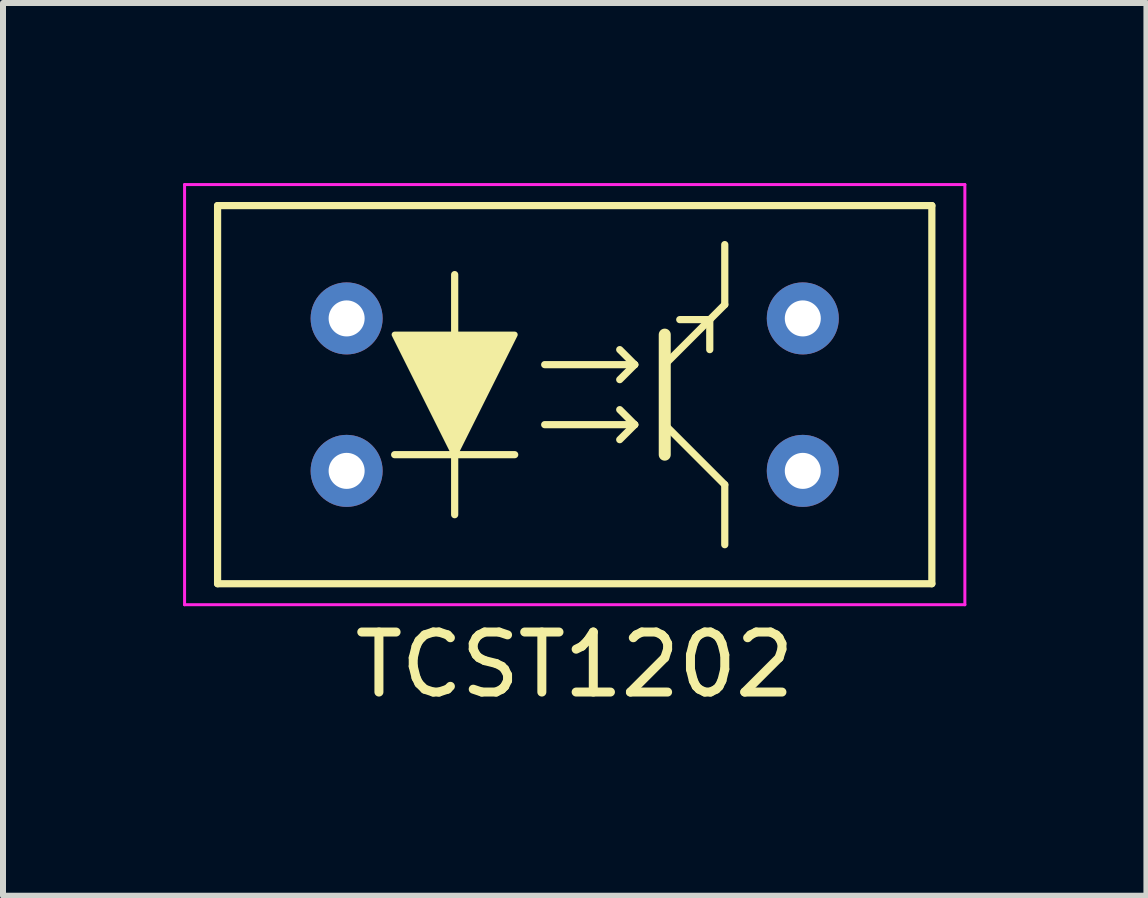
<source format=kicad_pcb>
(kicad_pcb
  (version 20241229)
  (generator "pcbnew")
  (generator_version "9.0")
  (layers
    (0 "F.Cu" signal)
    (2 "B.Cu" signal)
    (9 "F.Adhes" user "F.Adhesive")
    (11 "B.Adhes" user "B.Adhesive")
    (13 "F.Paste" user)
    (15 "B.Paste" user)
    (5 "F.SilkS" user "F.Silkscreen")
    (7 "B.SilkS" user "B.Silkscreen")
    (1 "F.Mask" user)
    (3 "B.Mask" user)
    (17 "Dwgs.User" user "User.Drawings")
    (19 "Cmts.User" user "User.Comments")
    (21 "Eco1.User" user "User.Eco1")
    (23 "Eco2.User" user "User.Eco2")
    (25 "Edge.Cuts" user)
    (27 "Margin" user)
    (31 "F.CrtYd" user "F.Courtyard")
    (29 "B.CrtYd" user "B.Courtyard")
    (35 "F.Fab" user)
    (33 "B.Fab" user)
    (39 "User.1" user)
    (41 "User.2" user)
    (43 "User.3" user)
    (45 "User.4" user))
  (footprint "TCST1202"
    (layer "F.Cu")
    (at 6.525 3.525)
    (property "Reference" "TCST1202" (at 0 4.5 0) (layer "F.SilkS") (effects (font (size 1 1) (thickness 0.15))))
    (attr through_hole)
    (fp_line (start -5.95 -3.15) (end 5.95 -3.15) (stroke (width 0.12) (type solid)) (layer "F.SilkS"))
    (fp_line (start -5.95 3.15) (end -5.95 -3.15) (stroke (width 0.12) (type solid)) (layer "F.SilkS"))
    (fp_line (start -3 1) (end -1 1) (stroke (width 0.12) (type solid)) (layer "F.SilkS"))
    (fp_line (start -2 -1) (end -2 -2) (stroke (width 0.12) (type solid)) (layer "F.SilkS"))
    (fp_line (start -2 1) (end -2 2) (stroke (width 0.12) (type solid)) (layer "F.SilkS"))
    (fp_line (start -0.5 -0.5) (end 1 -0.5) (stroke (width 0.12) (type solid)) (layer "F.SilkS"))
    (fp_line (start -0.5 0.5) (end 1 0.5) (stroke (width 0.12) (type solid)) (layer "F.SilkS"))
    (fp_line (start 1 -0.5) (end 0.75 -0.75) (stroke (width 0.12) (type solid)) (layer "F.SilkS"))
    (fp_line (start 1 -0.5) (end 0.75 -0.25) (stroke (width 0.12) (type solid)) (layer "F.SilkS"))
    (fp_line (start 1 0.5) (end 0.75 0.25) (stroke (width 0.12) (type solid)) (layer "F.SilkS"))
    (fp_line (start 1 0.5) (end 0.75 0.75) (stroke (width 0.12) (type solid)) (layer "F.SilkS"))
    (fp_line (start 1.5 -1) (end 1.5 1) (stroke (width 0.2) (type solid)) (layer "F.SilkS"))
    (fp_line (start 1.5 -0.5) (end 2.5 -1.5) (stroke (width 0.12) (type solid)) (layer "F.SilkS"))
    (fp_line (start 1.5 0.5) (end 2.5 1.5) (stroke (width 0.12) (type solid)) (layer "F.SilkS"))
    (fp_line (start 1.75 -1.25) (end 2.25 -1.25) (stroke (width 0.12) (type solid)) (layer "F.SilkS"))
    (fp_line (start 2.25 -1.25) (end 2.25 -0.75) (stroke (width 0.12) (type solid)) (layer "F.SilkS"))
    (fp_line (start 2.5 -1.5) (end 2.5 -2.5) (stroke (width 0.12) (type solid)) (layer "F.SilkS"))
    (fp_line (start 2.5 1.5) (end 2.5 2.5) (stroke (width 0.12) (type solid)) (layer "F.SilkS"))
    (fp_line (start 5.95 -3.15) (end 5.95 3.15) (stroke (width 0.12) (type solid)) (layer "F.SilkS"))
    (fp_line (start 5.95 3.15) (end -5.95 3.15) (stroke (width 0.12) (type solid)) (layer "F.SilkS"))
    (fp_poly (pts (xy -2 1) (xy -3 -1) (xy -1 -1)) (stroke (width 0.1) (type solid)) (fill yes) (layer "F.SilkS"))
    (fp_line (start -6.5 -3.5) (end 6.5 -3.5) (stroke (width 0.05) (type solid)) (layer "F.CrtYd"))
    (fp_line (start -6.5 3.5) (end -6.5 -3.5) (stroke (width 0.05) (type solid)) (layer "F.CrtYd"))
    (fp_line (start 6.5 -3.5) (end 6.5 3.5) (stroke (width 0.05) (type solid)) (layer "F.CrtYd"))
    (fp_line (start 6.5 3.5) (end -6.5 3.5) (stroke (width 0.05) (type solid)) (layer "F.CrtYd"))
    (pad "1" thru_hole circle (at -3.8 -1.27) (size 1.2 1.2) (drill 0.6) (layers "*.Cu" "*.Mask"))
    (pad "2" thru_hole circle (at -3.8 1.27) (size 1.2 1.2) (drill 0.6) (layers "*.Cu" "*.Mask"))
    (pad "3" thru_hole circle (at 3.8 1.27) (size 1.2 1.2) (drill 0.6) (layers "*.Cu" "*.Mask"))
    (pad "4" thru_hole circle (at 3.8 -1.27) (size 1.2 1.2) (drill 0.6) (layers "*.Cu" "*.Mask")))
  (gr_rect
    (start -3 -3)
    (end 16.05 11.873)
    (stroke (width 0.1) (type default))
    (fill no)
    (layer "Edge.Cuts")))
</source>
